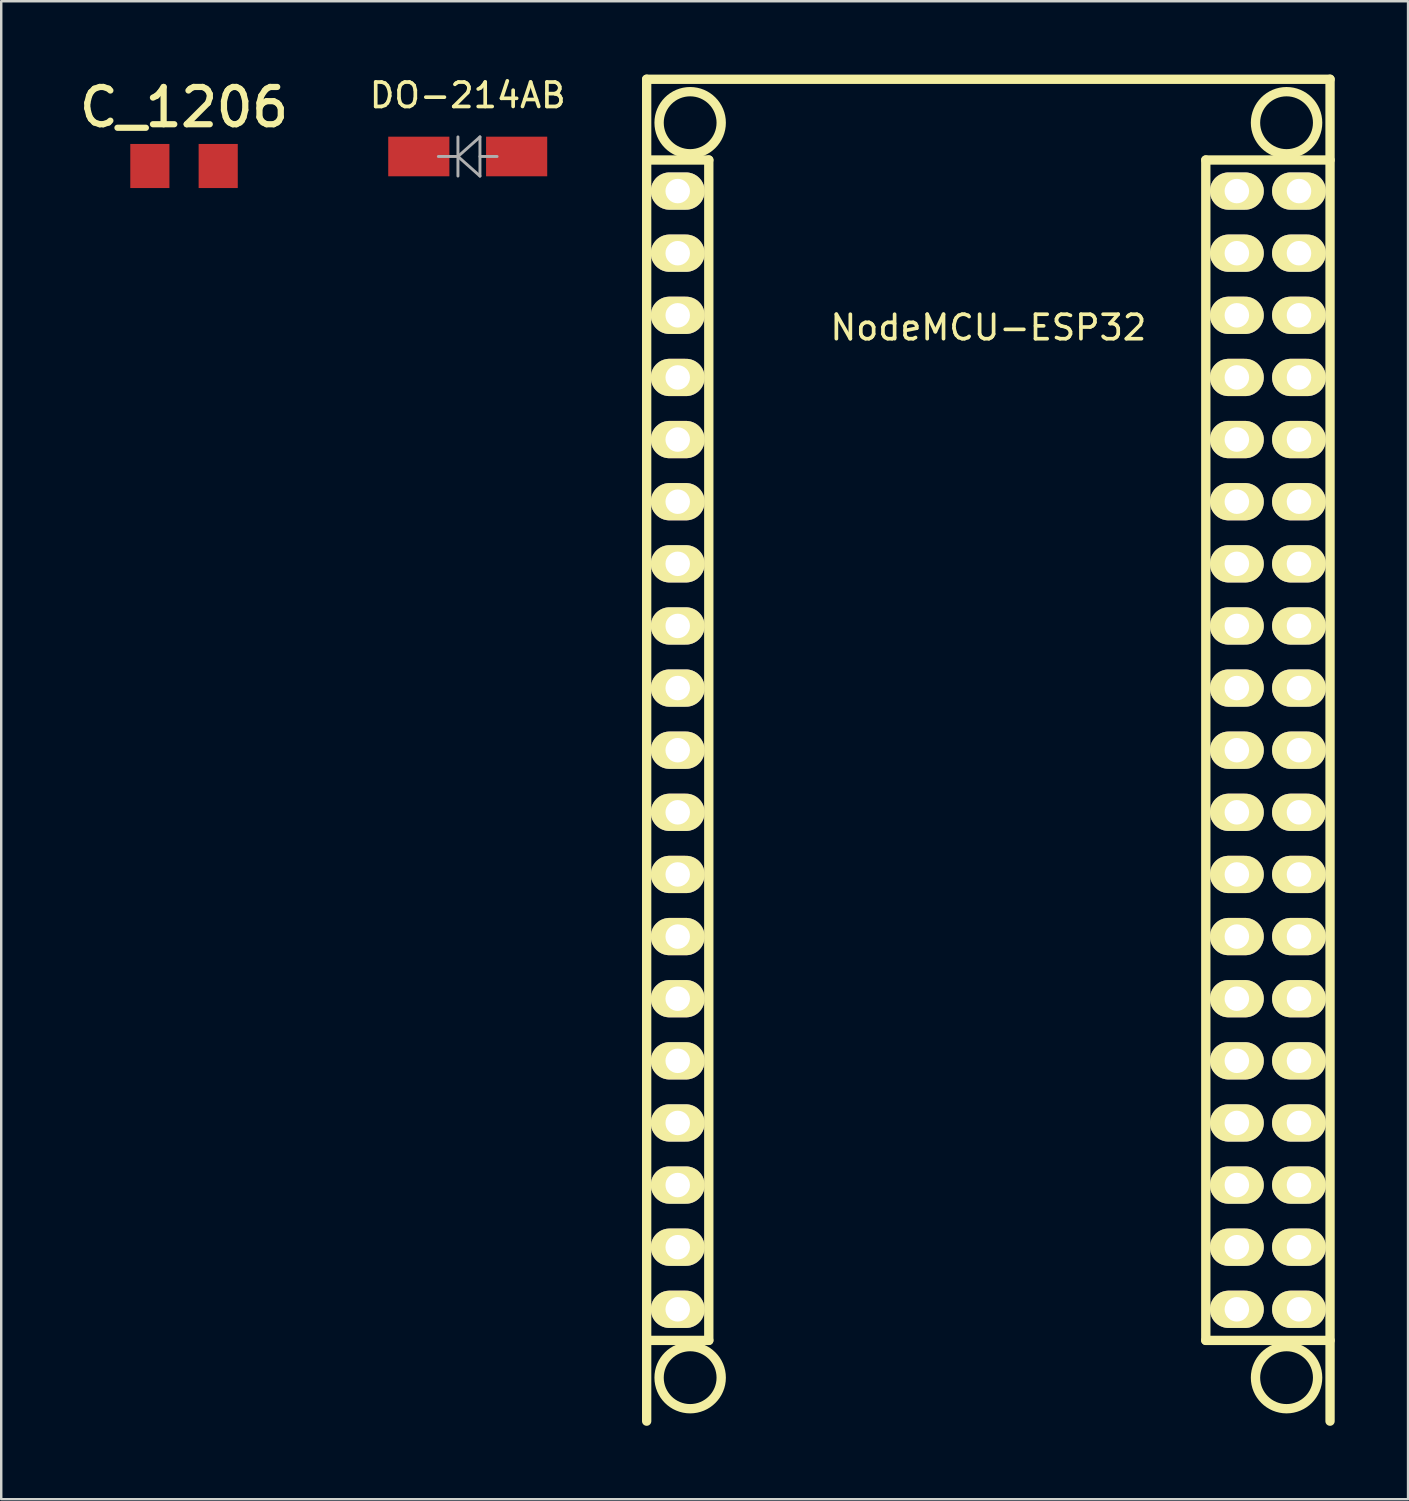
<source format=kicad_pcb>
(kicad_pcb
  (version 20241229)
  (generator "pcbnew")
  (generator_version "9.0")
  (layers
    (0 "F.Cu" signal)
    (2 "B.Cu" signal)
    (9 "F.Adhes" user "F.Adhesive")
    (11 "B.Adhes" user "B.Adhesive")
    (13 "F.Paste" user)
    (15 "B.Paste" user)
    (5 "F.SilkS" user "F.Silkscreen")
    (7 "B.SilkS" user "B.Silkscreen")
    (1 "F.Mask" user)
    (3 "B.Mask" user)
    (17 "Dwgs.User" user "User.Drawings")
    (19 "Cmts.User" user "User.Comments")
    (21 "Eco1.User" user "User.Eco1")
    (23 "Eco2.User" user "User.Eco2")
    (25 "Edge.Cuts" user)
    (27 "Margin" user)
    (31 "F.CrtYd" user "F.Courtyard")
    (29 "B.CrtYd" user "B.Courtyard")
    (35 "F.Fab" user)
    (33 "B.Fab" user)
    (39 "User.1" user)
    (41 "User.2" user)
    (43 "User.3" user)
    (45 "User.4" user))
  (footprint "DO-214AB"
    (layer "F.Cu")
    (at 16.073 3.348)
    (property "Reference" "DO-214AB" (at 0 -2.5 0) (layer "F.SilkS") (effects (font (size 1 1) (thickness 0.15))))
    (attr through_hole)
    (fp_line (start -0.4 0) (end -1.2 0) (stroke (width 0.12) (type solid)) (layer "F.Fab"))
    (fp_line (start -0.4 0) (end 0.5 -0.8) (stroke (width 0.12) (type solid)) (layer "F.Fab"))
    (fp_line (start -0.4 0.8) (end -0.4 -0.8) (stroke (width 0.12) (type solid)) (layer "F.Fab"))
    (fp_line (start 0.5 -0.8) (end 0.5 0.8) (stroke (width 0.12) (type solid)) (layer "F.Fab"))
    (fp_line (start 0.5 0) (end 1.2 0) (stroke (width 0.12) (type solid)) (layer "F.Fab"))
    (fp_line (start 0.5 0.8) (end -0.4 0) (stroke (width 0.12) (type solid)) (layer "F.Fab"))
    (pad "1" smd rect (at -2 0) (size 2.5 1.62) (layers "F.Cu" "F.Mask" "F.Paste"))
    (pad "2" smd rect (at 2 0) (size 2.5 1.62) (layers "F.Cu" "F.Mask" "F.Paste")))
  (footprint "C_1206"
    (layer "F.Cu")
    (at 4.474 3.737)
    (property "Reference" "C_1206" (at 0 -2.4 0) (layer "F.SilkS") (effects (font (size 1.524 1.524) (thickness 0.254))))
    (attr through_hole)
    (pad "1" smd rect (at 1.397 0) (size 1.6 1.803) (layers "F.Cu" "F.Mask" "F.Paste"))
    (pad "2" smd rect (at -1.397 0) (size 1.6 1.803) (layers "F.Cu" "F.Mask" "F.Paste")))
  (footprint "NodeMCU-ESP32"
    (layer "F.Cu")
    (at 37.359 27.622)
    (property "Reference" "NodeMCU-ESP32" (at 0 -17.28 0) (layer "F.SilkS") (effects (font (size 1 1) (thickness 0.15))))
    (attr through_hole)
    (fp_line (start -13.97 -27.432) (end -13.97 27.432) (stroke (width 0.381) (type solid)) (layer "F.SilkS"))
    (fp_line (start -13.97 24.13) (end -11.43 24.13) (stroke (width 0.381) (type solid)) (layer "F.SilkS"))
    (fp_line (start -11.43 -24.13) (end -13.97 -24.13) (stroke (width 0.381) (type solid)) (layer "F.SilkS"))
    (fp_line (start -11.43 -23.876) (end -11.43 -24.13) (stroke (width 0.12) (type solid)) (layer "F.SilkS"))
    (fp_line (start -11.43 24.13) (end -11.43 -24.13) (stroke (width 0.381) (type solid)) (layer "F.SilkS"))
    (fp_line (start 8.89 -24.13) (end 8.89 24.13) (stroke (width 0.381) (type solid)) (layer "F.SilkS"))
    (fp_line (start 8.89 24.13) (end 13.97 24.13) (stroke (width 0.381) (type solid)) (layer "F.SilkS"))
    (fp_line (start 13.97 -27.432) (end -13.97 -27.432) (stroke (width 0.381) (type solid)) (layer "F.SilkS"))
    (fp_line (start 13.97 -24.13) (end 8.89 -24.13) (stroke (width 0.381) (type solid)) (layer "F.SilkS"))
    (fp_line (start 13.97 27.432) (end 13.97 -27.432) (stroke (width 0.381) (type solid)) (layer "F.SilkS"))
    (fp_circle (center -12.192 -25.654) (end -10.922 -25.654) (stroke (width 0.381) (type solid)) (fill no) (layer "F.SilkS"))
    (fp_circle (center -12.192 25.654) (end -10.922 25.654) (stroke (width 0.381) (type solid)) (fill no) (layer "F.SilkS"))
    (fp_circle (center 12.192 -25.654) (end 13.462 -25.654) (stroke (width 0.381) (type solid)) (fill no) (layer "F.SilkS"))
    (fp_circle (center 12.192 25.654) (end 13.462 25.654) (stroke (width 0.381) (type solid)) (fill no) (layer "F.SilkS"))
    (pad "1" thru_hole oval (at -12.7 10.16 90) (size 1.524 2.2) (drill 1.001) (layers "*.Cu" "*.Mask" "F.SilkS"))
    (pad "2" thru_hole oval (at -12.7 -22.86 90) (size 1.524 2.2) (drill 1.001) (layers "*.Cu" "*.Mask" "F.SilkS"))
    (pad "3" thru_hole oval (at -12.7 -20.32 90) (size 1.524 2.2) (drill 1.001) (layers "*.Cu" "*.Mask" "F.SilkS"))
    (pad "4" thru_hole oval (at -12.7 -17.78 90) (size 1.524 2.2) (drill 1.001) (layers "*.Cu" "*.Mask" "F.SilkS"))
    (pad "5" thru_hole oval (at -12.7 -15.24 90) (size 1.524 2.2) (drill 1.001) (layers "*.Cu" "*.Mask" "F.SilkS"))
    (pad "6" thru_hole oval (at -12.7 -12.7 90) (size 1.524 2.2) (drill 1.001) (layers "*.Cu" "*.Mask" "F.SilkS"))
    (pad "7" thru_hole oval (at -12.7 -10.16 90) (size 1.524 2.2) (drill 1.001) (layers "*.Cu" "*.Mask" "F.SilkS"))
    (pad "8" thru_hole oval (at -12.7 -7.62 90) (size 1.524 2.2) (drill 1.001) (layers "*.Cu" "*.Mask" "F.SilkS"))
    (pad "9" thru_hole oval (at -12.7 -5.08 90) (size 1.524 2.2) (drill 1.001) (layers "*.Cu" "*.Mask" "F.SilkS"))
    (pad "10" thru_hole oval (at -12.7 -2.54 90) (size 1.524 2.2) (drill 1.001) (layers "*.Cu" "*.Mask" "F.SilkS"))
    (pad "11" thru_hole oval (at -12.7 0 90) (size 1.524 2.2) (drill 1.001) (layers "*.Cu" "*.Mask" "F.SilkS"))
    (pad "12" thru_hole oval (at -12.7 2.54 90) (size 1.524 2.2) (drill 1.001) (layers "*.Cu" "*.Mask" "F.SilkS"))
    (pad "13" thru_hole oval (at -12.7 5.08 90) (size 1.524 2.2) (drill 1.001) (layers "*.Cu" "*.Mask" "F.SilkS"))
    (pad "14" thru_hole oval (at -12.7 7.62 90) (size 1.524 2.2) (drill 1.001) (layers "*.Cu" "*.Mask" "F.SilkS"))
    (pad "15" thru_hole oval (at 10.16 -7.62 90) (size 1.524 2.2) (drill 1.001) (layers "*.Cu" "*.Mask" "F.SilkS"))
    (pad "15" thru_hole oval (at 12.7 -7.62 90) (size 1.524 2.2) (drill 1.001) (layers "*.Cu" "*.Mask" "F.SilkS"))
    (pad "16" thru_hole oval (at -12.7 12.7 90) (size 1.524 2.2) (drill 1.001) (layers "*.Cu" "*.Mask" "F.SilkS"))
    (pad "17" thru_hole oval (at -12.7 15.24 90) (size 1.524 2.2) (drill 1.001) (layers "*.Cu" "*.Mask" "F.SilkS"))
    (pad "18" thru_hole oval (at -12.7 17.78 270) (size 1.524 2.2) (drill 1.001) (layers "*.Cu" "*.Mask" "F.SilkS"))
    (pad "19" thru_hole oval (at -12.7 20.32 90) (size 1.524 2.2) (drill 1.001) (layers "*.Cu" "*.Mask" "F.SilkS"))
    (pad "20" thru_hole oval (at 10.16 22.86 90) (size 1.524 2.2) (drill 1.001) (layers "*.Cu" "*.Mask" "F.SilkS"))
    (pad "20" thru_hole oval (at 12.7 22.86 90) (size 1.524 2.2) (drill 1.001) (layers "*.Cu" "*.Mask" "F.SilkS"))
    (pad "21" thru_hole oval (at 10.16 20.32 90) (size 1.524 2.2) (drill 1.001) (layers "*.Cu" "*.Mask" "F.SilkS"))
    (pad "21" thru_hole oval (at 12.7 20.32 90) (size 1.524 2.2) (drill 1.001) (layers "*.Cu" "*.Mask" "F.SilkS"))
    (pad "22" thru_hole oval (at 10.16 17.78 90) (size 1.524 2.2) (drill 1.001) (layers "*.Cu" "*.Mask" "F.SilkS"))
    (pad "22" thru_hole oval (at 12.7 17.78 90) (size 1.524 2.2) (drill 1.001) (layers "*.Cu" "*.Mask" "F.SilkS"))
    (pad "23" thru_hole oval (at 10.16 15.24 90) (size 1.524 2.2) (drill 1.001) (layers "*.Cu" "*.Mask" "F.SilkS"))
    (pad "23" thru_hole oval (at 12.7 15.24 90) (size 1.524 2.2) (drill 1.001) (layers "*.Cu" "*.Mask" "F.SilkS"))
    (pad "24" thru_hole oval (at 10.16 12.7 90) (size 1.524 2.2) (drill 1.001) (layers "*.Cu" "*.Mask" "F.SilkS"))
    (pad "24" thru_hole oval (at 12.7 12.7 90) (size 1.524 2.2) (drill 1.001) (layers "*.Cu" "*.Mask" "F.SilkS"))
    (pad "25" thru_hole oval (at 10.16 10.16 90) (size 1.524 2.2) (drill 1.001) (layers "*.Cu" "*.Mask" "F.SilkS"))
    (pad "25" thru_hole oval (at 12.7 10.16 90) (size 1.524 2.2) (drill 1.001) (layers "*.Cu" "*.Mask" "F.SilkS"))
    (pad "26" thru_hole oval (at 10.16 7.62 90) (size 1.524 2.2) (drill 1.001) (layers "*.Cu" "*.Mask" "F.SilkS"))
    (pad "26" thru_hole oval (at 12.7 7.62 90) (size 1.524 2.2) (drill 1.001) (layers "*.Cu" "*.Mask" "F.SilkS"))
    (pad "27" thru_hole oval (at 10.16 5.08 90) (size 1.524 2.2) (drill 1.001) (layers "*.Cu" "*.Mask" "F.SilkS"))
    (pad "27" thru_hole oval (at 12.7 5.08 90) (size 1.524 2.2) (drill 1.001) (layers "*.Cu" "*.Mask" "F.SilkS"))
    (pad "28" thru_hole oval (at 10.16 2.54 90) (size 1.524 2.2) (drill 1.001) (layers "*.Cu" "*.Mask" "F.SilkS"))
    (pad "28" thru_hole oval (at 12.7 2.54 90) (size 1.524 2.2) (drill 1.001) (layers "*.Cu" "*.Mask" "F.SilkS"))
    (pad "29" thru_hole oval (at 10.16 0 90) (size 1.524 2.2) (drill 1.001) (layers "*.Cu" "*.Mask" "F.SilkS"))
    (pad "29" thru_hole oval (at 12.7 0 90) (size 1.524 2.2) (drill 1.001) (layers "*.Cu" "*.Mask" "F.SilkS"))
    (pad "30" thru_hole oval (at 10.16 -2.54 90) (size 1.524 2.2) (drill 1.001) (layers "*.Cu" "*.Mask" "F.SilkS"))
    (pad "30" thru_hole oval (at 12.7 -2.54 90) (size 1.524 2.2) (drill 1.001) (layers "*.Cu" "*.Mask" "F.SilkS"))
    (pad "31" thru_hole oval (at 10.16 -5.08 90) (size 1.524 2.2) (drill 1.001) (layers "*.Cu" "*.Mask" "F.SilkS"))
    (pad "31" thru_hole oval (at 12.7 -5.08 90) (size 1.524 2.2) (drill 1.001) (layers "*.Cu" "*.Mask" "F.SilkS"))
    (pad "32" thru_hole oval (at -12.7 22.86 90) (size 1.524 2.2) (drill 1.001) (layers "*.Cu" "*.Mask" "F.SilkS"))
    (pad "33" thru_hole oval (at 10.16 -10.16 90) (size 1.524 2.2) (drill 1.001) (layers "*.Cu" "*.Mask" "F.SilkS"))
    (pad "33" thru_hole oval (at 12.7 -10.16 90) (size 1.524 2.2) (drill 1.001) (layers "*.Cu" "*.Mask" "F.SilkS"))
    (pad "34" thru_hole oval (at 10.16 -12.7 90) (size 1.524 2.2) (drill 1.001) (layers "*.Cu" "*.Mask" "F.SilkS"))
    (pad "34" thru_hole oval (at 12.7 -12.7 90) (size 1.524 2.2) (drill 1.001) (layers "*.Cu" "*.Mask" "F.SilkS"))
    (pad "35" thru_hole oval (at 10.16 -15.24 90) (size 1.524 2.2) (drill 1.001) (layers "*.Cu" "*.Mask" "F.SilkS"))
    (pad "35" thru_hole oval (at 12.7 -15.24 90) (size 1.524 2.2) (drill 1.001) (layers "*.Cu" "*.Mask" "F.SilkS"))
    (pad "36" thru_hole oval (at 10.16 -17.78 90) (size 1.524 2.2) (drill 1.001) (layers "*.Cu" "*.Mask" "F.SilkS"))
    (pad "36" thru_hole oval (at 12.7 -17.78 90) (size 1.524 2.2) (drill 1.001) (layers "*.Cu" "*.Mask" "F.SilkS"))
    (pad "37" thru_hole oval (at 10.16 -20.32 90) (size 1.524 2.2) (drill 1.001) (layers "*.Cu" "*.Mask" "F.SilkS"))
    (pad "37" thru_hole oval (at 12.7 -20.32 90) (size 1.524 2.2) (drill 1.001) (layers "*.Cu" "*.Mask" "F.SilkS"))
    (pad "38" thru_hole oval (at 10.16 -22.86 90) (size 1.524 2.2) (drill 1.001) (layers "*.Cu" "*.Mask" "F.SilkS"))
    (pad "38" thru_hole oval (at 12.7 -22.86 90) (size 1.524 2.2) (drill 1.001) (layers "*.Cu" "*.Mask" "F.SilkS")))
  (gr_rect
    (start -3 -3)
    (end 54.519 58.245)
    (stroke (width 0.1) (type default))
    (fill no)
    (layer "Edge.Cuts")))
</source>
